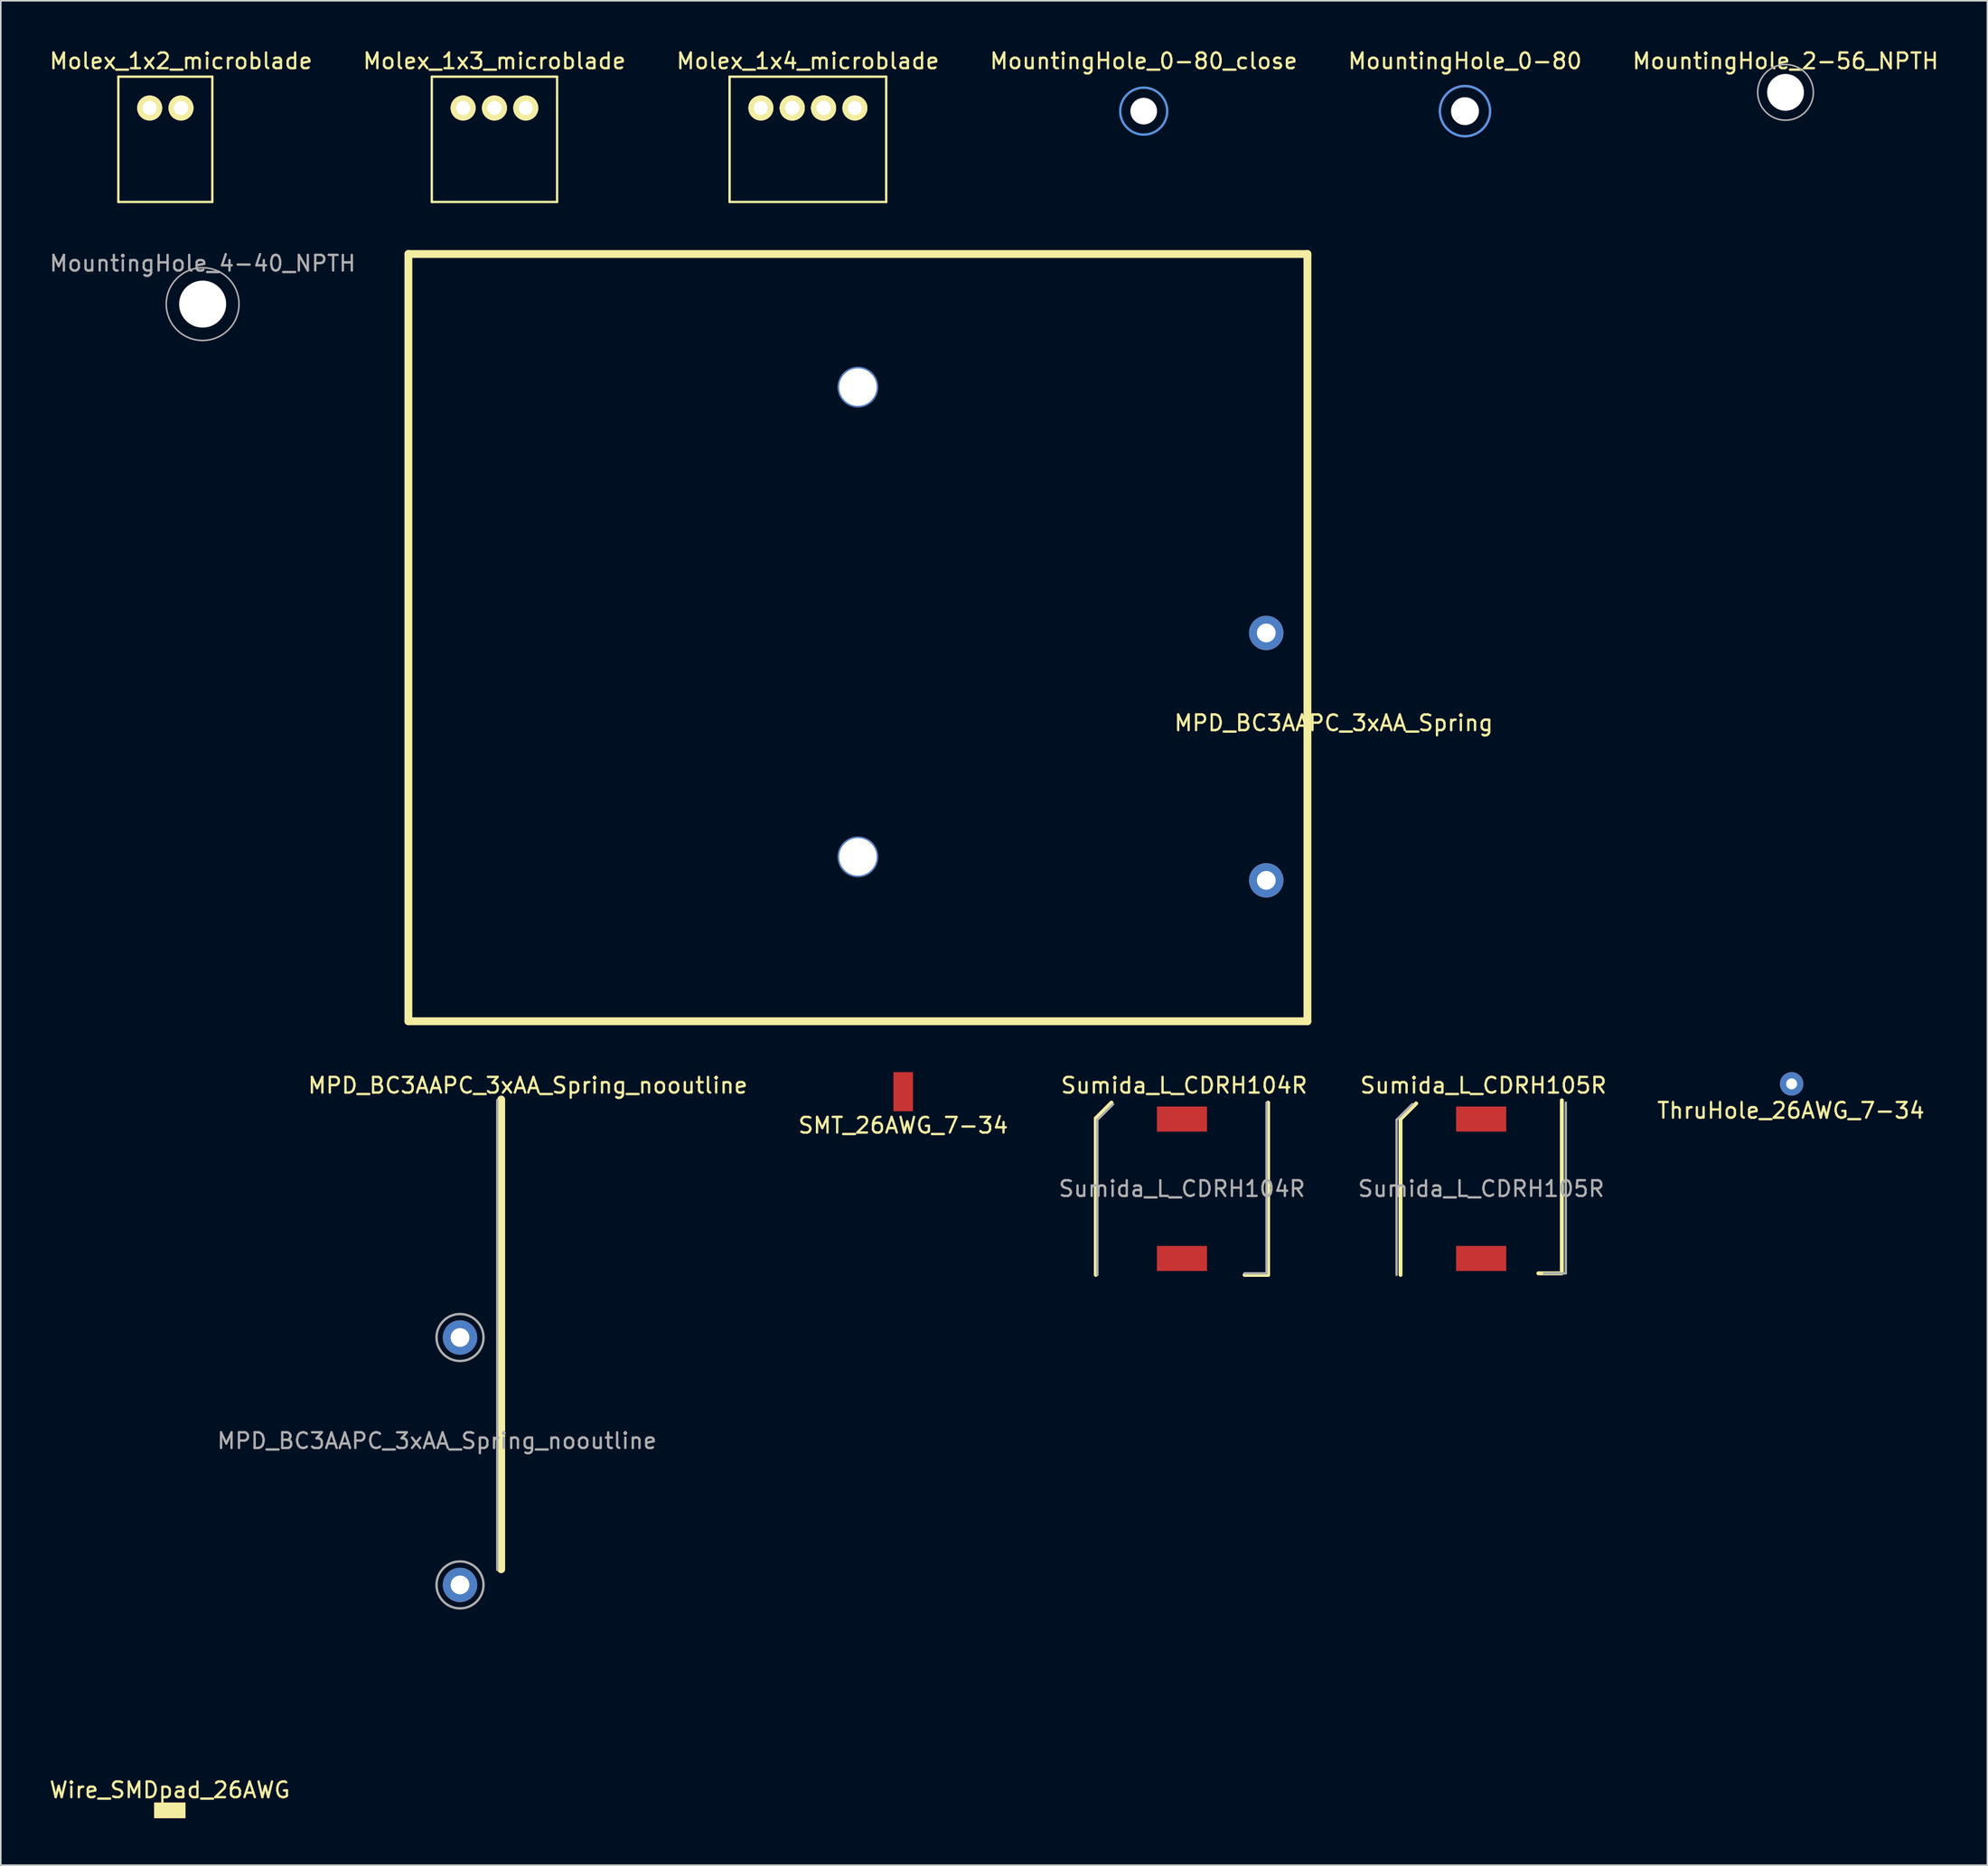
<source format=kicad_pcb>
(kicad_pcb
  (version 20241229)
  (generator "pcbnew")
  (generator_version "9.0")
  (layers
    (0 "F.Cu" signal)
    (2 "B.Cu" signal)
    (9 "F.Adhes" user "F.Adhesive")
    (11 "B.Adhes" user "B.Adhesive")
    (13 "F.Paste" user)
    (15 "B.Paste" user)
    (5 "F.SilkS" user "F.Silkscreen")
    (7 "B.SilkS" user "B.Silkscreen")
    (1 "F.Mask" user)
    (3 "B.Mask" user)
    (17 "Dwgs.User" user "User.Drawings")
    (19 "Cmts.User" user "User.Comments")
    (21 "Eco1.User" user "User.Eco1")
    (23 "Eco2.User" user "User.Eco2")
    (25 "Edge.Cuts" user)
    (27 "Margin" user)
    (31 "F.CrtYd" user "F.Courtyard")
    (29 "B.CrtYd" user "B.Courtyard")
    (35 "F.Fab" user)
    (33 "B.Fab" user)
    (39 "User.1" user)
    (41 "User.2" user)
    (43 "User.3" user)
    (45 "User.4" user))
  (footprint "ThruHole_26AWG_7-34"
    (layer "F.Cu")
    (at 111.337 66.173)
    (property "Reference" "ThruHole_26AWG_7-34" (at -0.05 1.7 0) (layer "F.SilkS") (effects (font (size 1 1) (thickness 0.15))))
    (attr through_hole)
    (pad "1" thru_hole circle (at 0 0) (size 1.5 1.5) (drill 0.7) (layers "*.Cu" "*.Mask")))
  (footprint "Sumida_L_CDRH104R"
    (layer "F.Cu")
    (at 72.412 72.871)
    (property "Reference" "Sumida_L_CDRH104R" (at 0.14 -6.6 0) (layer "F.SilkS") (effects (font (size 1 1) (thickness 0.15))))
    (attr smd)
    (fp_line (start -5.5 -4.5) (end -5.5 5.5) (stroke (width 0.25) (type solid)) (layer "F.SilkS"))
    (fp_line (start -5.5 -4.5) (end -4.5 -5.5) (stroke (width 0.25) (type solid)) (layer "F.SilkS"))
    (fp_line (start 5.5 -5.5) (end 5.5 5.5) (stroke (width 0.25) (type solid)) (layer "F.SilkS"))
    (fp_line (start 5.5 5.5) (end 4 5.5) (stroke (width 0.25) (type solid)) (layer "F.SilkS"))
    (fp_line (start -5.4 -4.4) (end -5.4 5.5) (stroke (width 0.15) (type solid)) (layer "F.Fab"))
    (fp_line (start -4.4 -5.4) (end -5.4 -4.4) (stroke (width 0.15) (type solid)) (layer "F.Fab"))
    (fp_line (start 4 5.4) (end 5.4 5.4) (stroke (width 0.15) (type solid)) (layer "F.Fab"))
    (fp_line (start 5.4 5.4) (end 5.4 -5.5) (stroke (width 0.15) (type solid)) (layer "F.Fab"))
    (fp_text user "${REFERENCE}" (at 0 0 0) (layer "F.Fab") (effects (font (size 1 1) (thickness 0.15))))
    (pad "1" smd rect (at 0 -4.45) (size 3.2 1.6) (layers "F.Cu" "F.Mask" "F.Paste"))
    (pad "2" smd rect (at 0 4.45) (size 3.2 1.6) (layers "F.Cu" "F.Mask" "F.Paste")))
  (footprint "Wire_SMDpad_26AWG"
    (layer "F.Cu")
    (at 7.792 112.57)
    (property "Reference" "Wire_SMDpad_26AWG" (at 0 -1.3 0) (layer "F.SilkS") (effects (font (size 1 1) (thickness 0.15))))
    (attr through_hole)
    (pad "1" smd rect (at 0 0) (size 2 1) (layers "F.Cu" "F.Mask" "F.SilkS" "F.Paste")))
  (footprint "MountingHole_0-80"
    (layer "F.Cu")
    (at 90.482 4.048)
    (property "Reference" "MountingHole_0-80" (at 0 -3.2 0) (layer "F.SilkS") (effects (font (size 1 1) (thickness 0.15))))
    (attr through_hole)
    (fp_circle (center 0 0) (end 1.6 0) (stroke (width 0.15) (type solid)) (fill no) (layer "Cmts.User"))
    (fp_circle (center 0 0) (end 1.65 0) (stroke (width 0.05) (type solid)) (fill no) (layer "F.CrtYd"))
    (pad "" np_thru_hole circle (at 0 0) (size 1.78 1.78) (drill 1.78) (layers "*.Cu" "*.Mask")))
  (footprint "MountingHole_4-40_NPTH"
    (layer "F.Cu")
    (at 9.887 16.372)
    (property "Reference" "MountingHole_4-40_NPTH" (at 0 -2.6 0) (layer "F.Fab") (effects (font (size 1 1) (thickness 0.15))))
    (attr through_hole)
    (fp_circle (center 0 0) (end 2.324 0) (stroke (width 0.1) (type solid)) (fill no) (layer "F.Fab"))
    (pad "" np_thru_hole circle (at 0 0) (size 3 3) (drill 3) (layers "*.Cu")))
  (footprint "MountingHole_2-56_NPTH"
    (layer "F.Cu")
    (at 110.946 2.848)
    (property "Reference" "MountingHole_2-56_NPTH" (at 0 -2 0) (layer "F.SilkS") (effects (font (size 1 1) (thickness 0.15))))
    (attr through_hole)
    (fp_circle (center 0 0) (end 1.778 0) (stroke (width 0.1) (type solid)) (fill no) (layer "F.Fab"))
    (pad "" np_thru_hole circle (at 0 0) (size 2.35 2.35) (drill 2.35) (layers "*.Cu")))
  (footprint "Molex_1x3_microblade"
    (layer "F.Cu")
    (at 28.518 3.848)
    (property "Reference" "Molex_1x3_microblade" (at 0 -3 0) (layer "F.SilkS") (effects (font (size 1 1) (thickness 0.15))))
    (attr through_hole)
    (fp_line (start -4 -2) (end -4 6) (stroke (width 0.15) (type solid)) (layer "F.SilkS"))
    (fp_line (start -4 6) (end 4 6) (stroke (width 0.15) (type solid)) (layer "F.SilkS"))
    (fp_line (start 4 -2) (end -4 -2) (stroke (width 0.15) (type solid)) (layer "F.SilkS"))
    (fp_line (start 4 6) (end 4 -2) (stroke (width 0.15) (type solid)) (layer "F.SilkS"))
    (pad "1" thru_hole circle (at -2 0) (size 1.6 1.6) (drill 0.9) (layers "*.Cu" "*.Mask" "F.SilkS"))
    (pad "2" thru_hole circle (at 0 0) (size 1.6 1.6) (drill 0.9) (layers "*.Cu" "*.Mask" "F.SilkS"))
    (pad "3" thru_hole circle (at 2 0) (size 1.6 1.6) (drill 0.9) (layers "*.Cu" "*.Mask" "F.SilkS")))
  (footprint "Molex_1x4_microblade"
    (layer "F.Cu")
    (at 48.53 3.848)
    (property "Reference" "Molex_1x4_microblade" (at 0 -3 0) (layer "F.SilkS") (effects (font (size 1 1) (thickness 0.15))))
    (attr through_hole)
    (fp_line (start -5 -2) (end -5 6) (stroke (width 0.15) (type solid)) (layer "F.SilkS"))
    (fp_line (start -5 6) (end 5 6) (stroke (width 0.15) (type solid)) (layer "F.SilkS"))
    (fp_line (start 5 -2) (end -5 -2) (stroke (width 0.15) (type solid)) (layer "F.SilkS"))
    (fp_line (start 5 6) (end 5 -2) (stroke (width 0.15) (type solid)) (layer "F.SilkS"))
    (pad "1" thru_hole circle (at -3 0) (size 1.6 1.6) (drill 0.9) (layers "*.Cu" "*.Mask" "F.SilkS"))
    (pad "2" thru_hole circle (at -1 0) (size 1.6 1.6) (drill 0.9) (layers "*.Cu" "*.Mask" "F.SilkS"))
    (pad "2" thru_hole circle (at -1 0) (size 1.6 1.6) (drill 0.9) (layers "*.Cu" "*.Mask" "F.SilkS"))
    (pad "3" thru_hole circle (at 1 0) (size 1.6 1.6) (drill 0.9) (layers "*.Cu" "*.Mask" "F.SilkS"))
    (pad "3" thru_hole circle (at 1 0) (size 1.6 1.6) (drill 0.9) (layers "*.Cu" "*.Mask" "F.SilkS"))
    (pad "4" thru_hole circle (at 3 0) (size 1.6 1.6) (drill 0.9) (layers "*.Cu" "*.Mask" "F.SilkS")))
  (footprint "SMT_26AWG_7-34"
    (layer "F.Cu")
    (at 54.614 66.673)
    (property "Reference" "SMT_26AWG_7-34" (at 0 2.15 0) (layer "F.SilkS") (effects (font (size 1 1) (thickness 0.15))))
    (attr through_hole)
    (pad "1" smd rect (at 0 0) (size 1.25 2.5) (layers "F.Cu" "F.Mask" "F.Paste")))
  (footprint "Sumida_L_CDRH105R"
    (layer "F.Cu")
    (at 91.516 72.871)
    (property "Reference" "Sumida_L_CDRH105R" (at 0.14 -6.6 0) (layer "F.SilkS") (effects (font (size 1 1) (thickness 0.15))))
    (attr smd)
    (fp_line (start -5.15 -4.5) (end -5.15 5.5) (stroke (width 0.25) (type solid)) (layer "F.SilkS"))
    (fp_line (start -5.15 -4.45) (end -4.15 -5.45) (stroke (width 0.25) (type solid)) (layer "F.SilkS"))
    (fp_line (start 5.15 -5.65) (end 5.15 5.35) (stroke (width 0.25) (type solid)) (layer "F.SilkS"))
    (fp_line (start 5.15 5.4) (end 3.65 5.4) (stroke (width 0.25) (type solid)) (layer "F.SilkS"))
    (fp_line (start -5.4 -4.4) (end -5.4 5.5) (stroke (width 0.15) (type solid)) (layer "F.Fab"))
    (fp_line (start -4.4 -5.4) (end -5.4 -4.4) (stroke (width 0.15) (type solid)) (layer "F.Fab"))
    (fp_line (start 4 5.4) (end 5.4 5.4) (stroke (width 0.15) (type solid)) (layer "F.Fab"))
    (fp_line (start 5.4 5.4) (end 5.4 -5.5) (stroke (width 0.15) (type solid)) (layer "F.Fab"))
    (fp_text user "${REFERENCE}" (at 0 0 0) (layer "F.Fab") (effects (font (size 1 1) (thickness 0.15))))
    (pad "1" smd rect (at 0 -4.45) (size 3.2 1.6) (layers "F.Cu" "F.Mask" "F.Paste"))
    (pad "2" smd rect (at 0 4.45) (size 3.2 1.6) (layers "F.Cu" "F.Mask" "F.Paste")))
  (footprint "Molex_1x2_microblade"
    (layer "F.Cu")
    (at 8.506 3.848)
    (property "Reference" "Molex_1x2_microblade" (at 0 -3 0) (layer "F.SilkS") (effects (font (size 1 1) (thickness 0.15))))
    (attr through_hole)
    (fp_line (start -4 -2) (end -4 6) (stroke (width 0.15) (type solid)) (layer "F.SilkS"))
    (fp_line (start -4 6) (end 2 6) (stroke (width 0.15) (type solid)) (layer "F.SilkS"))
    (fp_line (start 2 -2) (end -4 -2) (stroke (width 0.15) (type solid)) (layer "F.SilkS"))
    (fp_line (start 2 6) (end 2 -2) (stroke (width 0.15) (type solid)) (layer "F.SilkS"))
    (pad "1" thru_hole circle (at -2 0) (size 1.6 1.6) (drill 0.9) (layers "*.Cu" "*.Mask" "F.SilkS"))
    (pad "2" thru_hole circle (at 0 0) (size 1.6 1.6) (drill 0.9) (layers "*.Cu" "*.Mask" "F.SilkS")))
  (footprint "MountingHole_0-80_close"
    (layer "F.Cu")
    (at 69.97 4.048)
    (property "Reference" "MountingHole_0-80_close" (at 0 -3.2 0) (layer "F.SilkS") (effects (font (size 1 1) (thickness 0.15))))
    (attr through_hole)
    (fp_circle (center 0 0) (end 1.5 0) (stroke (width 0.15) (type solid)) (fill no) (layer "Cmts.User"))
    (fp_circle (center 0 0) (end 1.5 0) (stroke (width 0.05) (type solid)) (fill no) (layer "F.CrtYd"))
    (pad "" np_thru_hole circle (at 0 0) (size 1.7 1.7) (drill 1.7) (layers "*.Cu" "*.Mask")))
  (footprint "MPD_BC3AAPC_3xAA_Spring"
    (layer "F.Cu")
    (at 51.724 62.173)
    (property "Reference" "MPD_BC3AAPC_3xAA_Spring" (at 30.375 -19.05 0) (layer "F.SilkS") (effects (font (size 1 1) (thickness 0.15))))
    (attr through_hole)
    (fp_line (start -28.7 -49) (end -28.7 0) (stroke (width 0.5) (type solid)) (layer "F.SilkS"))
    (fp_line (start -28.7 -49) (end 28.7 -49) (stroke (width 0.5) (type solid)) (layer "F.SilkS"))
    (fp_line (start -28.7 0) (end 28.7 0) (stroke (width 0.5) (type solid)) (layer "F.SilkS"))
    (fp_line (start 28.7 -49) (end 28.7 0) (stroke (width 0.5) (type solid)) (layer "F.SilkS"))
    (pad "" np_thru_hole circle (at 0 -40.5) (size 2.6 2.6) (drill 2.4) (layers "*.Cu" "*.Mask"))
    (pad "" np_thru_hole circle (at 0 -10.5) (size 2.6 2.6) (drill 2.4) (layers "*.Cu" "*.Mask"))
    (pad "1" thru_hole circle (at 26.07 -9) (size 2.2 2.2) (drill 1.2) (layers "*.Cu" "*.Mask"))
    (pad "2" thru_hole circle (at 26.07 -24.8) (size 2.2 2.2) (drill 1.2) (layers "*.Cu" "*.Mask")))
  (footprint "MPD_BC3AAPC_3xAA_Spring_nooutline"
    (layer "F.Cu")
    (at 0.25 107.171)
    (property "Reference" "MPD_BC3AAPC_3xAA_Spring_nooutline" (at 30.4 -40.9 0) (layer "F.SilkS") (effects (font (size 1 1) (thickness 0.15))))
    (attr through_hole)
    (fp_line (start 28.7 -40) (end 28.7 -10) (stroke (width 0.5) (type solid)) (layer "F.SilkS"))
    (fp_line (start 28.45 -39.96) (end 28.45 -9.96) (stroke (width 0.15) (type solid)) (layer "F.Fab"))
    (fp_circle (center 26.07 -24.8) (end 27.57 -24.8) (stroke (width 0.15) (type solid)) (fill no) (layer "F.Fab"))
    (fp_circle (center 26.07 -9) (end 27.57 -9) (stroke (width 0.15) (type solid)) (fill no) (layer "F.Fab"))
    (fp_text user "${REFERENCE}" (at 24.6 -18.2 0) (layer "F.Fab") (effects (font (size 1 1) (thickness 0.15))))
    (pad "1" thru_hole circle (at 26.07 -9) (size 2.2 2.2) (drill 1.2) (layers "*.Cu" "*.Mask"))
    (pad "2" thru_hole circle (at 26.07 -24.8) (size 2.2 2.2) (drill 1.2) (layers "*.Cu" "*.Mask")))
  (gr_rect
    (start -3 -3)
    (end 123.833 116.07)
    (stroke (width 0.1) (type default))
    (fill no)
    (layer "Edge.Cuts")))
</source>
